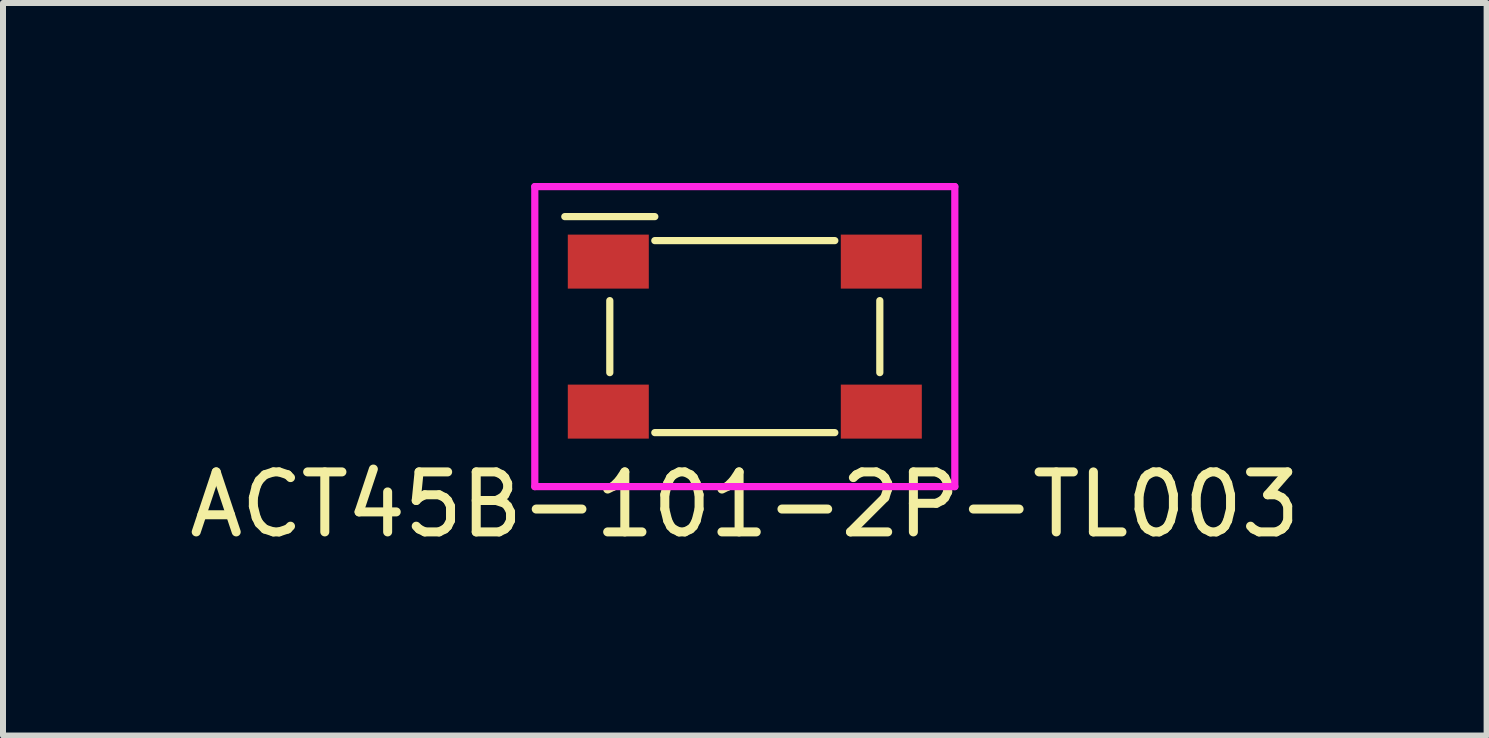
<source format=kicad_pcb>
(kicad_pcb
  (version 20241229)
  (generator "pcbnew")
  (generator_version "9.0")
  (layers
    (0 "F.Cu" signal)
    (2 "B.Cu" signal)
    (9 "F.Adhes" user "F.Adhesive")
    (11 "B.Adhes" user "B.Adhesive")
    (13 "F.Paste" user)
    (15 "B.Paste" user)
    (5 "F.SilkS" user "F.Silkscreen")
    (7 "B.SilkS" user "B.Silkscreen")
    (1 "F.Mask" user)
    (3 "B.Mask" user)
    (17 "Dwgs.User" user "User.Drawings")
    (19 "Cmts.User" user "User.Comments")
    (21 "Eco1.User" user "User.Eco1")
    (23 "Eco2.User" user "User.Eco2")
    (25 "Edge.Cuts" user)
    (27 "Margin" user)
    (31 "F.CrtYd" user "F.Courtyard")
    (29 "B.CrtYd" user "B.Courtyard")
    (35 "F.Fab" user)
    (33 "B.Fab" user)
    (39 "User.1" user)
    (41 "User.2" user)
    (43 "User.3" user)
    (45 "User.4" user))
  (footprint "ACT45B-101-2P-TL003"
    (layer "F.Cu")
    (at 9.363 2.56)
    (property "Reference" "ACT45B-101-2P-TL003" (at 0 2.8 0) (layer "F.SilkS") (effects (font (size 1 1) (thickness 0.15))))
    (attr through_hole)
    (fp_line (start -3 -2) (end -1.5 -2) (stroke (width 0.12) (type solid)) (layer "F.SilkS"))
    (fp_line (start -2.25 0.6) (end -2.25 -0.6) (stroke (width 0.12) (type solid)) (layer "F.SilkS"))
    (fp_line (start -1.5 -1.6) (end 1.5 -1.6) (stroke (width 0.12) (type solid)) (layer "F.SilkS"))
    (fp_line (start 1.5 1.6) (end -1.5 1.6) (stroke (width 0.12) (type solid)) (layer "F.SilkS"))
    (fp_line (start 2.25 -0.6) (end 2.25 0.6) (stroke (width 0.12) (type solid)) (layer "F.SilkS"))
    (fp_line (start -3.5 -2.5) (end 3.5 -2.5) (stroke (width 0.12) (type solid)) (layer "F.CrtYd"))
    (fp_line (start -3.5 2.5) (end -3.5 -2.5) (stroke (width 0.12) (type solid)) (layer "F.CrtYd"))
    (fp_line (start 3.5 -2.5) (end 3.5 2.5) (stroke (width 0.12) (type solid)) (layer "F.CrtYd"))
    (fp_line (start 3.5 2.5) (end -3.5 2.5) (stroke (width 0.12) (type solid)) (layer "F.CrtYd"))
    (pad "1" smd rect (at -2.275 -1.25) (size 1.35 0.9) (layers "F.Cu" "F.Mask" "F.Paste"))
    (pad "2" smd rect (at -2.275 1.25) (size 1.35 0.9) (layers "F.Cu" "F.Mask" "F.Paste"))
    (pad "3" smd rect (at 2.275 -1.25) (size 1.35 0.9) (layers "F.Cu" "F.Mask" "F.Paste"))
    (pad "4" smd rect (at 2.275 1.25) (size 1.35 0.9) (layers "F.Cu" "F.Mask" "F.Paste")))
  (gr_rect
    (start -3 -3)
    (end 21.726 9.208)
    (stroke (width 0.1) (type default))
    (fill no)
    (layer "Edge.Cuts")))
</source>
